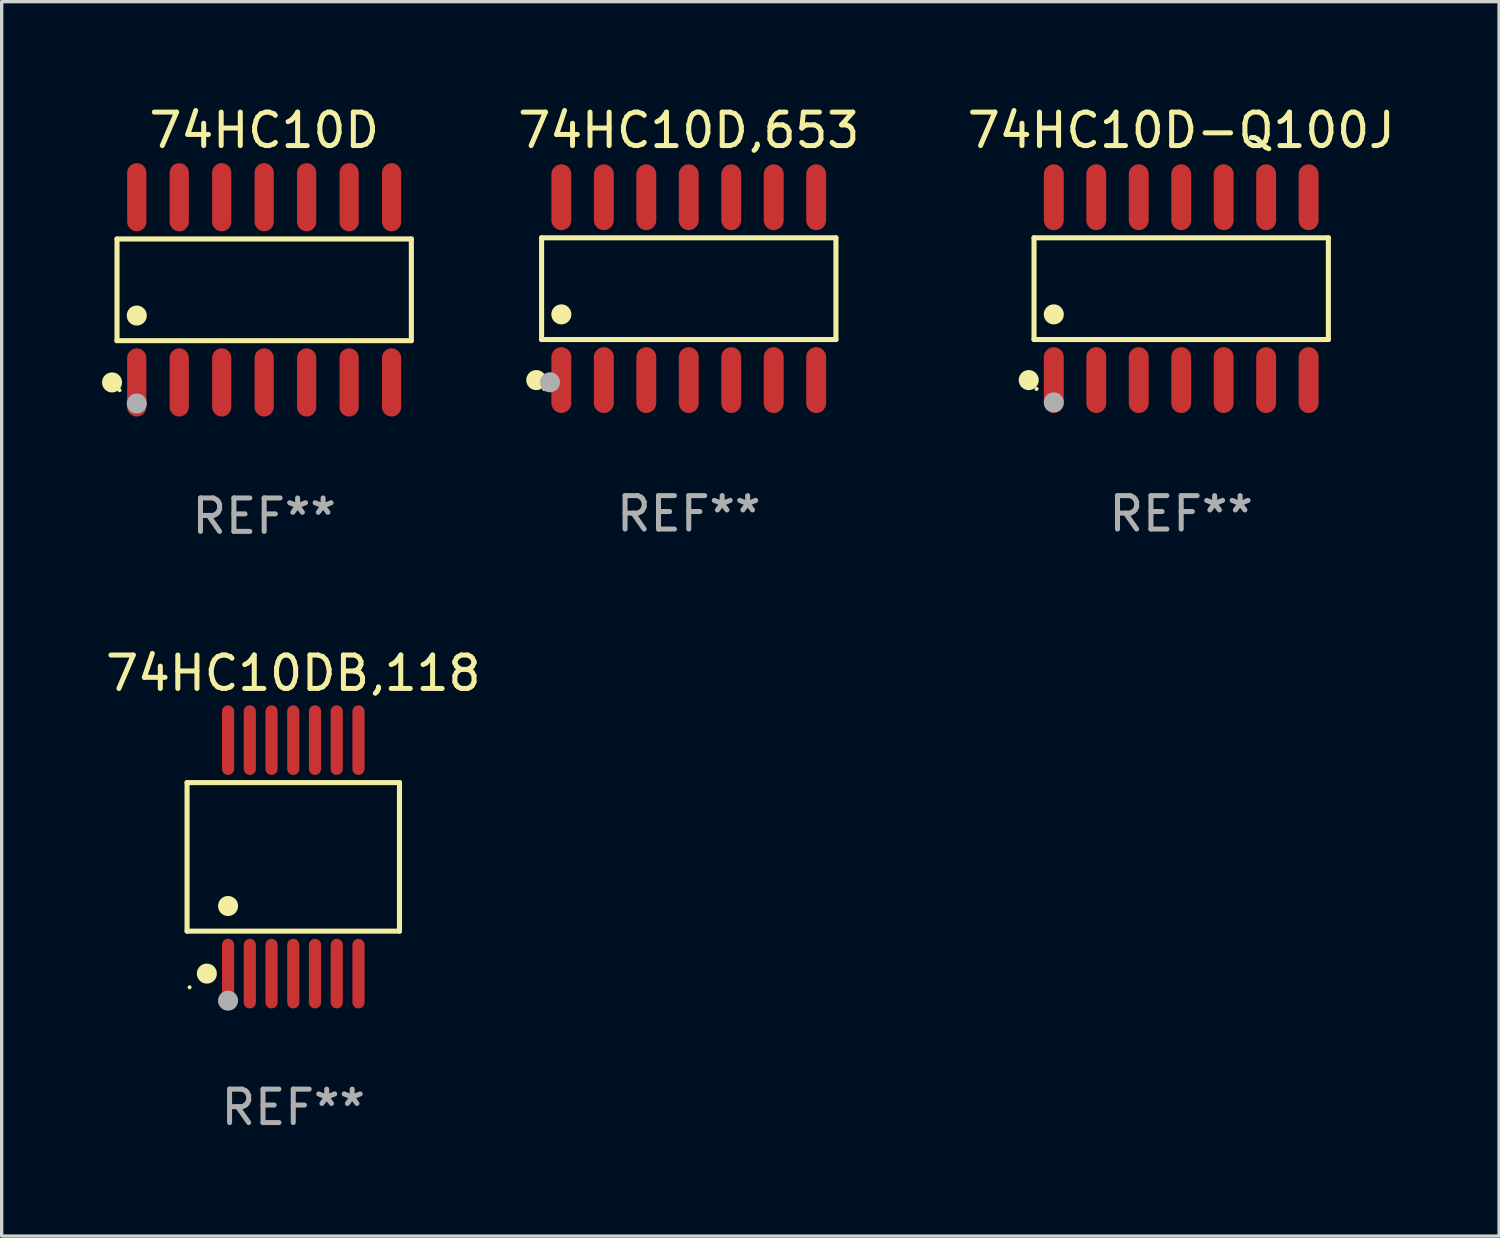
<source format=kicad_pcb>
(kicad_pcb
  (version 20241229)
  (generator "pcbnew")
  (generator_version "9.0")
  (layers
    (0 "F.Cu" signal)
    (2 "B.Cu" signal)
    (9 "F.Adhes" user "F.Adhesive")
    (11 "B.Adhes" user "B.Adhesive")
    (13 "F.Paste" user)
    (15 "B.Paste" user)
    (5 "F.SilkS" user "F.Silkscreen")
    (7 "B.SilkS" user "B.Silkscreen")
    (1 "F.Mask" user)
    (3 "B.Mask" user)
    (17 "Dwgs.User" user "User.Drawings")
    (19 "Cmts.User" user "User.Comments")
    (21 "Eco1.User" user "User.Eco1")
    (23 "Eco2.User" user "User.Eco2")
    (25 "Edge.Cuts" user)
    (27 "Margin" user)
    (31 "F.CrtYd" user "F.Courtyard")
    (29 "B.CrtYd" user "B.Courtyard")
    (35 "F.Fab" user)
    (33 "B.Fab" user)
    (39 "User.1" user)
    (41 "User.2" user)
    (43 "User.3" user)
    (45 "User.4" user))
  (footprint "74HC10D"
    (layer "F.Cu")
    (at 4.85 5.617)
    (property "Reference" "74HC10D" (at 0 -4.769 0) (layer "F.SilkS") (effects (font (size 1 1) (thickness 0.15))))
    (attr through_hole)
    (fp_line (start -4.401 -1.521) (end 4.401 -1.521) (stroke (width 0.152) (type solid)) (layer "F.SilkS"))
    (fp_line (start -4.401 1.521) (end -4.401 -1.521) (stroke (width 0.152) (type solid)) (layer "F.SilkS"))
    (fp_line (start 4.401 -1.521) (end 4.401 1.521) (stroke (width 0.152) (type solid)) (layer "F.SilkS"))
    (fp_line (start 4.401 1.521) (end -4.401 1.521) (stroke (width 0.152) (type solid)) (layer "F.SilkS"))
    (fp_circle (center -4.549 2.769) (end -4.399 2.769) (stroke (width 0.3) (type solid)) (fill no) (layer "F.SilkS"))
    (fp_circle (center -4.325 3) (end -4.295 3) (stroke (width 0.06) (type solid)) (fill no) (layer "F.SilkS"))
    (fp_circle (center -3.81 0.769) (end -3.66 0.769) (stroke (width 0.3) (type solid)) (fill no) (layer "F.SilkS"))
    (fp_circle (center -3.81 3.4) (end -3.66 3.4) (stroke (width 0.3) (type solid)) (fill no) (layer "F.Fab"))
    (fp_text user "REF**" (at 0 6.769 0) (layer "F.Fab") (effects (font (size 1 1) (thickness 0.15))))
    (pad "1" smd oval (at -3.81 2.769) (size 0.574 2.038) (layers "F.Cu" "F.Mask" "F.Paste"))
    (pad "2" smd oval (at -2.54 2.769) (size 0.574 2.038) (layers "F.Cu" "F.Mask" "F.Paste"))
    (pad "3" smd oval (at -1.27 2.769) (size 0.574 2.038) (layers "F.Cu" "F.Mask" "F.Paste"))
    (pad "4" smd oval (at 0 2.769) (size 0.574 2.038) (layers "F.Cu" "F.Mask" "F.Paste"))
    (pad "5" smd oval (at 1.27 2.769) (size 0.574 2.038) (layers "F.Cu" "F.Mask" "F.Paste"))
    (pad "6" smd oval (at 2.54 2.769) (size 0.574 2.038) (layers "F.Cu" "F.Mask" "F.Paste"))
    (pad "7" smd oval (at 3.81 2.769) (size 0.574 2.038) (layers "F.Cu" "F.Mask" "F.Paste"))
    (pad "8" smd oval (at 3.81 -2.769) (size 0.574 2.038) (layers "F.Cu" "F.Mask" "F.Paste"))
    (pad "9" smd oval (at 2.54 -2.769) (size 0.574 2.038) (layers "F.Cu" "F.Mask" "F.Paste"))
    (pad "10" smd oval (at 1.27 -2.769) (size 0.574 2.038) (layers "F.Cu" "F.Mask" "F.Paste"))
    (pad "11" smd oval (at 0 -2.769) (size 0.574 2.038) (layers "F.Cu" "F.Mask" "F.Paste"))
    (pad "12" smd oval (at -1.27 -2.769) (size 0.574 2.038) (layers "F.Cu" "F.Mask" "F.Paste"))
    (pad "13" smd oval (at -2.54 -2.769) (size 0.574 2.038) (layers "F.Cu" "F.Mask" "F.Paste"))
    (pad "14" smd oval (at -3.81 -2.769) (size 0.574 2.038) (layers "F.Cu" "F.Mask" "F.Paste")))
  (footprint "74HC10DB,118"
    (layer "F.Cu")
    (at 5.72 22.574)
    (property "Reference" "74HC10DB,118" (at 0 -5.491 0) (layer "F.SilkS") (effects (font (size 1 1) (thickness 0.15))))
    (attr through_hole)
    (fp_line (start -3.176 -2.221) (end 3.176 -2.221) (stroke (width 0.152) (type solid)) (layer "F.SilkS"))
    (fp_line (start -3.176 2.221) (end -3.176 -2.221) (stroke (width 0.152) (type solid)) (layer "F.SilkS"))
    (fp_line (start 3.176 -2.221) (end 3.176 2.221) (stroke (width 0.152) (type solid)) (layer "F.SilkS"))
    (fp_line (start 3.176 2.221) (end -3.176 2.221) (stroke (width 0.152) (type solid)) (layer "F.SilkS"))
    (fp_circle (center -3.1 3.9) (end -3.07 3.9) (stroke (width 0.06) (type solid)) (fill no) (layer "F.SilkS"))
    (fp_circle (center -2.584 3.491) (end -2.434 3.491) (stroke (width 0.3) (type solid)) (fill no) (layer "F.SilkS"))
    (fp_circle (center -1.95 1.469) (end -1.8 1.469) (stroke (width 0.3) (type solid)) (fill no) (layer "F.SilkS"))
    (fp_circle (center -1.95 4.3) (end -1.8 4.3) (stroke (width 0.3) (type solid)) (fill no) (layer "F.Fab"))
    (fp_text user "REF**" (at 0 7.491 0) (layer "F.Fab") (effects (font (size 1 1) (thickness 0.15))))
    (pad "1" smd oval (at -1.95 3.491) (size 0.364 2.082) (layers "F.Cu" "F.Mask" "F.Paste"))
    (pad "2" smd oval (at -1.3 3.491) (size 0.364 2.082) (layers "F.Cu" "F.Mask" "F.Paste"))
    (pad "3" smd oval (at -0.65 3.491) (size 0.364 2.082) (layers "F.Cu" "F.Mask" "F.Paste"))
    (pad "4" smd oval (at 0 3.491) (size 0.364 2.082) (layers "F.Cu" "F.Mask" "F.Paste"))
    (pad "5" smd oval (at 0.65 3.491) (size 0.364 2.082) (layers "F.Cu" "F.Mask" "F.Paste"))
    (pad "6" smd oval (at 1.3 3.491) (size 0.364 2.082) (layers "F.Cu" "F.Mask" "F.Paste"))
    (pad "7" smd oval (at 1.95 3.491) (size 0.364 2.082) (layers "F.Cu" "F.Mask" "F.Paste"))
    (pad "8" smd oval (at 1.95 -3.491) (size 0.364 2.082) (layers "F.Cu" "F.Mask" "F.Paste"))
    (pad "9" smd oval (at 1.3 -3.491) (size 0.364 2.082) (layers "F.Cu" "F.Mask" "F.Paste"))
    (pad "10" smd oval (at 0.65 -3.491) (size 0.364 2.082) (layers "F.Cu" "F.Mask" "F.Paste"))
    (pad "11" smd oval (at 0 -3.491) (size 0.364 2.082) (layers "F.Cu" "F.Mask" "F.Paste"))
    (pad "12" smd oval (at -0.65 -3.491) (size 0.364 2.082) (layers "F.Cu" "F.Mask" "F.Paste"))
    (pad "13" smd oval (at -1.3 -3.491) (size 0.364 2.082) (layers "F.Cu" "F.Mask" "F.Paste"))
    (pad "14" smd oval (at -1.95 -3.491) (size 0.364 2.082) (layers "F.Cu" "F.Mask" "F.Paste")))
  (footprint "74HC10D-Q100J"
    (layer "F.Cu")
    (at 32.273 5.582)
    (property "Reference" "74HC10D-Q100J" (at 0 -4.734 0) (layer "F.SilkS") (effects (font (size 1 1) (thickness 0.15))))
    (attr through_hole)
    (fp_line (start -4.401 -1.521) (end 4.401 -1.521) (stroke (width 0.152) (type solid)) (layer "F.SilkS"))
    (fp_line (start -4.401 1.521) (end -4.401 -1.521) (stroke (width 0.152) (type solid)) (layer "F.SilkS"))
    (fp_line (start 4.401 -1.521) (end 4.401 1.521) (stroke (width 0.152) (type solid)) (layer "F.SilkS"))
    (fp_line (start 4.401 1.521) (end -4.401 1.521) (stroke (width 0.152) (type solid)) (layer "F.SilkS"))
    (fp_circle (center -4.56 2.734) (end -4.41 2.734) (stroke (width 0.3) (type solid)) (fill no) (layer "F.SilkS"))
    (fp_circle (center -4.325 3) (end -4.295 3) (stroke (width 0.06) (type solid)) (fill no) (layer "F.SilkS"))
    (fp_circle (center -3.81 0.769) (end -3.66 0.769) (stroke (width 0.3) (type solid)) (fill no) (layer "F.SilkS"))
    (fp_circle (center -3.81 3.4) (end -3.66 3.4) (stroke (width 0.3) (type solid)) (fill no) (layer "F.Fab"))
    (fp_text user "REF**" (at 0 6.734 0) (layer "F.Fab") (effects (font (size 1 1) (thickness 0.15))))
    (pad "1" smd oval (at -3.81 2.734) (size 0.595 1.968) (layers "F.Cu" "F.Mask" "F.Paste"))
    (pad "2" smd oval (at -2.54 2.734) (size 0.595 1.968) (layers "F.Cu" "F.Mask" "F.Paste"))
    (pad "3" smd oval (at -1.27 2.734) (size 0.595 1.968) (layers "F.Cu" "F.Mask" "F.Paste"))
    (pad "4" smd oval (at 0 2.734) (size 0.595 1.968) (layers "F.Cu" "F.Mask" "F.Paste"))
    (pad "5" smd oval (at 1.27 2.734) (size 0.595 1.968) (layers "F.Cu" "F.Mask" "F.Paste"))
    (pad "6" smd oval (at 2.54 2.734) (size 0.595 1.968) (layers "F.Cu" "F.Mask" "F.Paste"))
    (pad "7" smd oval (at 3.81 2.734) (size 0.595 1.968) (layers "F.Cu" "F.Mask" "F.Paste"))
    (pad "8" smd oval (at 3.81 -2.734) (size 0.595 1.968) (layers "F.Cu" "F.Mask" "F.Paste"))
    (pad "9" smd oval (at 2.54 -2.734) (size 0.595 1.968) (layers "F.Cu" "F.Mask" "F.Paste"))
    (pad "10" smd oval (at 1.27 -2.734) (size 0.595 1.968) (layers "F.Cu" "F.Mask" "F.Paste"))
    (pad "11" smd oval (at 0 -2.734) (size 0.595 1.968) (layers "F.Cu" "F.Mask" "F.Paste"))
    (pad "12" smd oval (at -1.27 -2.734) (size 0.595 1.968) (layers "F.Cu" "F.Mask" "F.Paste"))
    (pad "13" smd oval (at -2.54 -2.734) (size 0.595 1.968) (layers "F.Cu" "F.Mask" "F.Paste"))
    (pad "14" smd oval (at -3.81 -2.734) (size 0.595 1.968) (layers "F.Cu" "F.Mask" "F.Paste")))
  (footprint "74HC10D,653"
    (layer "F.Cu")
    (at 17.547 5.582)
    (property "Reference" "74HC10D,653" (at 0 -4.734 0) (layer "F.SilkS") (effects (font (size 1 1) (thickness 0.15))))
    (attr through_hole)
    (fp_line (start -4.401 -1.521) (end 4.401 -1.521) (stroke (width 0.152) (type solid)) (layer "F.SilkS"))
    (fp_line (start -4.401 1.521) (end -4.401 -1.521) (stroke (width 0.152) (type solid)) (layer "F.SilkS"))
    (fp_line (start 4.401 -1.521) (end 4.401 1.521) (stroke (width 0.152) (type solid)) (layer "F.SilkS"))
    (fp_line (start 4.401 1.521) (end -4.401 1.521) (stroke (width 0.152) (type solid)) (layer "F.SilkS"))
    (fp_circle (center -4.56 2.734) (end -4.41 2.734) (stroke (width 0.3) (type solid)) (fill no) (layer "F.SilkS"))
    (fp_circle (center -4.325 3) (end -4.295 3) (stroke (width 0.06) (type solid)) (fill no) (layer "F.SilkS"))
    (fp_circle (center -3.81 0.769) (end -3.66 0.769) (stroke (width 0.3) (type solid)) (fill no) (layer "F.SilkS"))
    (fp_circle (center -4.15 2.8) (end -4 2.8) (stroke (width 0.3) (type solid)) (fill no) (layer "F.Fab"))
    (fp_text user "REF**" (at 0 6.734 0) (layer "F.Fab") (effects (font (size 1 1) (thickness 0.15))))
    (pad "1" smd oval (at -3.81 2.734) (size 0.595 1.968) (layers "F.Cu" "F.Mask" "F.Paste"))
    (pad "2" smd oval (at -2.54 2.734) (size 0.595 1.968) (layers "F.Cu" "F.Mask" "F.Paste"))
    (pad "3" smd oval (at -1.27 2.734) (size 0.595 1.968) (layers "F.Cu" "F.Mask" "F.Paste"))
    (pad "4" smd oval (at 0 2.734) (size 0.595 1.968) (layers "F.Cu" "F.Mask" "F.Paste"))
    (pad "5" smd oval (at 1.27 2.734) (size 0.595 1.968) (layers "F.Cu" "F.Mask" "F.Paste"))
    (pad "6" smd oval (at 2.54 2.734) (size 0.595 1.968) (layers "F.Cu" "F.Mask" "F.Paste"))
    (pad "7" smd oval (at 3.81 2.734) (size 0.595 1.968) (layers "F.Cu" "F.Mask" "F.Paste"))
    (pad "8" smd oval (at 3.81 -2.734) (size 0.595 1.968) (layers "F.Cu" "F.Mask" "F.Paste"))
    (pad "9" smd oval (at 2.54 -2.734) (size 0.595 1.968) (layers "F.Cu" "F.Mask" "F.Paste"))
    (pad "10" smd oval (at 1.27 -2.734) (size 0.595 1.968) (layers "F.Cu" "F.Mask" "F.Paste"))
    (pad "11" smd oval (at 0 -2.734) (size 0.595 1.968) (layers "F.Cu" "F.Mask" "F.Paste"))
    (pad "12" smd oval (at -1.27 -2.734) (size 0.595 1.968) (layers "F.Cu" "F.Mask" "F.Paste"))
    (pad "13" smd oval (at -2.54 -2.734) (size 0.595 1.968) (layers "F.Cu" "F.Mask" "F.Paste"))
    (pad "14" smd oval (at -3.81 -2.734) (size 0.595 1.968) (layers "F.Cu" "F.Mask" "F.Paste")))
  (gr_rect
    (start -3 -3)
    (end 41.779 33.913)
    (stroke (width 0.1) (type default))
    (fill no)
    (layer "Edge.Cuts")))
</source>
